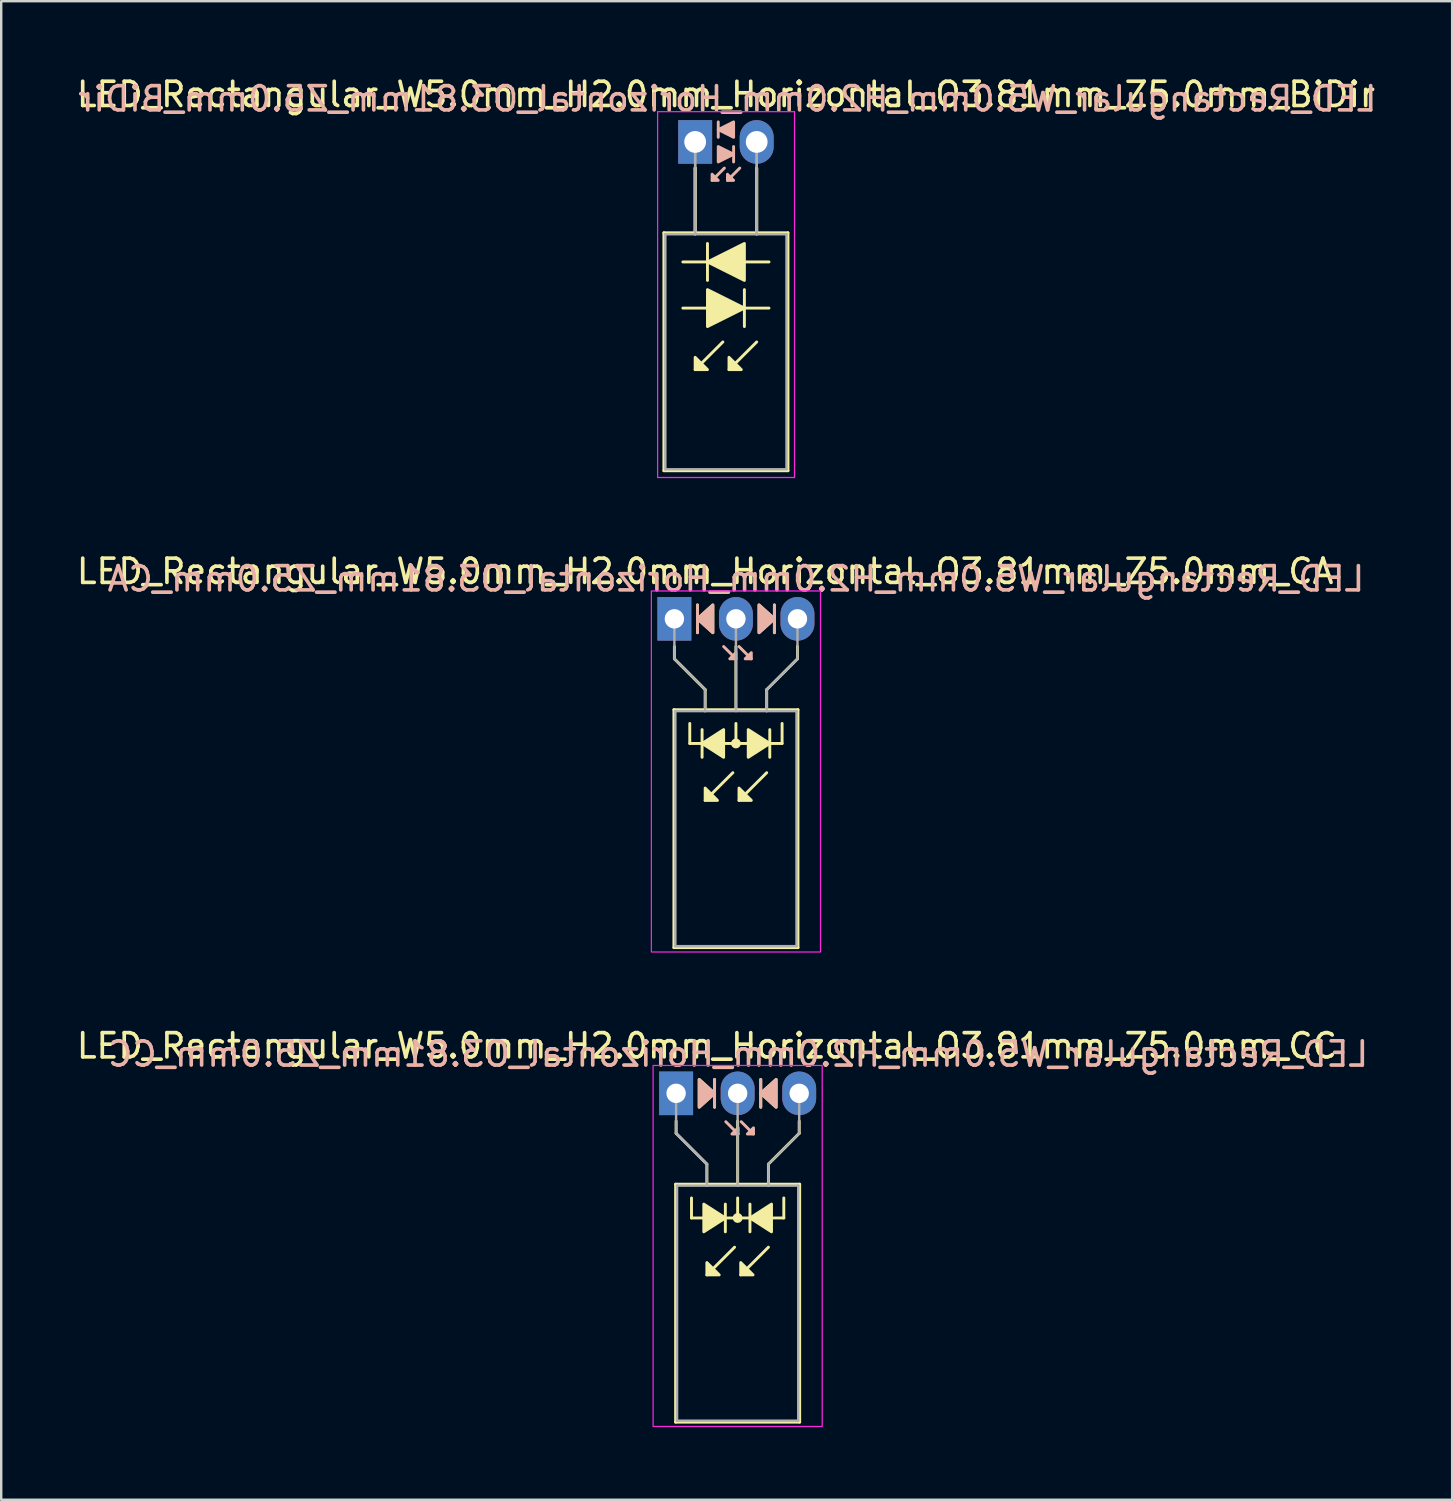
<source format=kicad_pcb>
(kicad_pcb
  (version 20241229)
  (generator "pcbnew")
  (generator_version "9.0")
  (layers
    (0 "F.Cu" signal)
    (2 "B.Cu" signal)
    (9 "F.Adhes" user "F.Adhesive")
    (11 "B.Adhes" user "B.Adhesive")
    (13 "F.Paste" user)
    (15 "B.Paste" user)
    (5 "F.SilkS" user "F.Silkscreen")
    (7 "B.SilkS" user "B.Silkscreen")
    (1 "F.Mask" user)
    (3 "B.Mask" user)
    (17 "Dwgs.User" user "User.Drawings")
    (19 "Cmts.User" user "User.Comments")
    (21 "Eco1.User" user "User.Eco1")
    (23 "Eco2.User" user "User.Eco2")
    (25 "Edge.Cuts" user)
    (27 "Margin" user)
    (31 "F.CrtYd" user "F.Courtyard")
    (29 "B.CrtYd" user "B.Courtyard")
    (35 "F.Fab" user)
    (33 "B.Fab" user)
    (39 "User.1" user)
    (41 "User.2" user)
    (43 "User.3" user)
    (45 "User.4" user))
  (footprint "LED_Rectangular_W5.0mm_H2.0mm_Horizontal_O3.81mm_Z5.0mm_CC"
    (layer "F.Cu")
    (at 24.855 42.075)
    (property "Reference" "LED_Rectangular_W5.0mm_H2.0mm_Horizontal_O3.81mm_Z5.0mm_CC" (at 1.27 -1.96 0) (layer "F.SilkS") (effects (font (size 1 1) (thickness 0.15))))
    (fp_line (start -0.02 3.75) (end -0.02 13.57) (stroke (width 0.12) (type solid)) (layer "F.SilkS"))
    (fp_line (start -0.02 13.57) (end 5.1 13.57) (stroke (width 0.12) (type solid)) (layer "F.SilkS"))
    (fp_line (start 0 1.143) (end 0 1.651) (stroke (width 0.12) (type default)) (layer "F.SilkS"))
    (fp_line (start 0 1.651) (end 1.27 2.921) (stroke (width 0.12) (type default)) (layer "F.SilkS"))
    (fp_line (start 0.635 5.144) (end 0.635 4.318) (stroke (width 0.12) (type default)) (layer "F.SilkS"))
    (fp_line (start 0.635 5.144) (end 4.445 5.144) (stroke (width 0.12) (type default)) (layer "F.SilkS"))
    (fp_line (start 1.27 2.921) (end 1.27 3.75) (stroke (width 0.12) (type default)) (layer "F.SilkS"))
    (fp_line (start 1.27 3.75) (end 1.27 3.75) (stroke (width 0.12) (type solid)) (layer "F.SilkS"))
    (fp_line (start 1.587 0.572) (end 1.587 -0.572) (stroke (width 0.12) (type solid)) (layer "F.SilkS"))
    (fp_line (start 2.032 5.715) (end 2.032 4.572) (stroke (width 0.12) (type solid)) (layer "F.SilkS"))
    (fp_line (start 2.413 6.35) (end 1.27 7.493) (stroke (width 0.12) (type solid)) (layer "F.SilkS"))
    (fp_line (start 2.54 3.75) (end 2.54 1.143) (stroke (width 0.12) (type default)) (layer "F.SilkS"))
    (fp_line (start 2.54 5.144) (end 2.54 4.318) (stroke (width 0.12) (type default)) (layer "F.SilkS"))
    (fp_line (start 3.048 4.572) (end 3.048 5.715) (stroke (width 0.12) (type solid)) (layer "F.SilkS"))
    (fp_line (start 3.493 -0.572) (end 3.493 0.572) (stroke (width 0.12) (type solid)) (layer "F.SilkS"))
    (fp_line (start 3.81 2.921) (end 3.81 3.75) (stroke (width 0.12) (type default)) (layer "F.SilkS"))
    (fp_line (start 3.81 3.75) (end 3.81 3.75) (stroke (width 0.12) (type solid)) (layer "F.SilkS"))
    (fp_line (start 3.81 6.35) (end 2.667 7.493) (stroke (width 0.12) (type solid)) (layer "F.SilkS"))
    (fp_line (start 4.445 5.144) (end 4.445 4.318) (stroke (width 0.12) (type default)) (layer "F.SilkS"))
    (fp_line (start 5.08 1.143) (end 5.08 1.651) (stroke (width 0.12) (type default)) (layer "F.SilkS"))
    (fp_line (start 5.08 1.651) (end 3.81 2.921) (stroke (width 0.12) (type default)) (layer "F.SilkS"))
    (fp_line (start 5.1 3.75) (end -0.02 3.75) (stroke (width 0.12) (type solid)) (layer "F.SilkS"))
    (fp_line (start 5.1 13.57) (end 5.1 3.75) (stroke (width 0.12) (type solid)) (layer "F.SilkS"))
    (fp_circle (center 2.54 5.144) (end 2.682 5.144) (stroke (width 0.12) (type solid)) (fill yes) (layer "F.SilkS"))
    (fp_poly (pts (xy 0.953 -0.572) (xy 1.587 0) (xy 0.953 0.572)) (stroke (width 0.12) (type solid)) (fill yes) (layer "F.SilkS"))
    (fp_poly (pts (xy 1.143 4.572) (xy 2.032 5.144) (xy 1.143 5.715)) (stroke (width 0.12) (type solid)) (fill yes) (layer "F.SilkS"))
    (fp_poly (pts (xy 1.27 6.985) (xy 1.778 7.493) (xy 1.27 7.493)) (stroke (width 0.12) (type solid)) (fill yes) (layer "F.SilkS"))
    (fp_poly (pts (xy 2.667 6.985) (xy 3.175 7.493) (xy 2.667 7.493)) (stroke (width 0.12) (type solid)) (fill yes) (layer "F.SilkS"))
    (fp_poly (pts (xy 3.937 5.715) (xy 3.048 5.144) (xy 3.937 4.572)) (stroke (width 0.12) (type solid)) (fill yes) (layer "F.SilkS"))
    (fp_poly (pts (xy 4.128 0.572) (xy 3.493 0) (xy 4.128 -0.572)) (stroke (width 0.12) (type solid)) (fill yes) (layer "F.SilkS"))
    (fp_line (start 1.587 0.572) (end 1.587 -0.572) (stroke (width 0.12) (type solid)) (layer "B.SilkS"))
    (fp_line (start 2.559 1.679) (end 2.051 1.171) (stroke (width 0.12) (type solid)) (layer "B.SilkS"))
    (fp_line (start 3.194 1.679) (end 2.686 1.171) (stroke (width 0.12) (type solid)) (layer "B.SilkS"))
    (fp_line (start 3.493 -0.572) (end 3.493 0.572) (stroke (width 0.12) (type solid)) (layer "B.SilkS"))
    (fp_poly (pts (xy 0.953 0.572) (xy 1.587 0) (xy 0.953 -0.572)) (stroke (width 0.12) (type solid)) (fill yes) (layer "B.SilkS"))
    (fp_poly (pts (xy 2.559 1.425) (xy 2.305 1.679) (xy 2.559 1.679)) (stroke (width 0.12) (type solid)) (fill yes) (layer "B.SilkS"))
    (fp_poly (pts (xy 3.194 1.425) (xy 2.94 1.679) (xy 3.194 1.679)) (stroke (width 0.12) (type solid)) (fill yes) (layer "B.SilkS"))
    (fp_poly (pts (xy 4.128 0.572) (xy 3.493 0) (xy 4.128 -0.572)) (stroke (width 0.12) (type solid)) (fill yes) (layer "B.SilkS"))
    (fp_rect (start -0.95 -1.15) (end 6.03 13.75) (stroke (width 0.05) (type default)) (fill no) (layer "F.CrtYd"))
    (fp_line (start 0 0) (end 0 0) (stroke (width 0.1) (type solid)) (layer "F.Fab"))
    (fp_line (start 0 1.651) (end 0 0) (stroke (width 0.1) (type default)) (layer "F.Fab"))
    (fp_line (start 0.04 3.81) (end 0.04 13.51) (stroke (width 0.1) (type solid)) (layer "F.Fab"))
    (fp_line (start 0.04 13.51) (end 5.04 13.51) (stroke (width 0.1) (type solid)) (layer "F.Fab"))
    (fp_line (start 1.27 2.921) (end 0 1.651) (stroke (width 0.1) (type default)) (layer "F.Fab"))
    (fp_line (start 1.27 2.921) (end 1.27 3.81) (stroke (width 0.1) (type default)) (layer "F.Fab"))
    (fp_line (start 1.27 3.81) (end 1.27 3.81) (stroke (width 0.1) (type solid)) (layer "F.Fab"))
    (fp_line (start 2.54 0) (end 2.54 0) (stroke (width 0.1) (type solid)) (layer "F.Fab"))
    (fp_line (start 2.54 0) (end 2.54 3.81) (stroke (width 0.1) (type default)) (layer "F.Fab"))
    (fp_line (start 3.81 2.921) (end 3.81 3.81) (stroke (width 0.1) (type default)) (layer "F.Fab"))
    (fp_line (start 3.81 2.921) (end 5.08 1.651) (stroke (width 0.1) (type default)) (layer "F.Fab"))
    (fp_line (start 3.81 3.81) (end 3.81 3.81) (stroke (width 0.1) (type solid)) (layer "F.Fab"))
    (fp_line (start 5.04 3.81) (end 0.04 3.81) (stroke (width 0.1) (type solid)) (layer "F.Fab"))
    (fp_line (start 5.04 13.51) (end 5.04 3.81) (stroke (width 0.1) (type solid)) (layer "F.Fab"))
    (fp_line (start 5.08 1.651) (end 5.08 0) (stroke (width 0.1) (type default)) (layer "F.Fab"))
    (fp_text user "${REFERENCE}" (at 2.559 -1.623 0) (layer "B.SilkS") (effects (font (size 1 1) (thickness 0.15)) (justify mirror)))
    (pad "1" thru_hole rect (at 0 0) (size 1.4 1.8) (drill 0.8) (layers "*.Cu" "*.Mask"))
    (pad "2" thru_hole oval (at 2.54 0) (size 1.4 1.8) (drill 0.8) (layers "*.Cu" "*.Mask"))
    (pad "3" thru_hole oval (at 5.08 0) (size 1.4 1.8) (drill 0.8) (layers "*.Cu" "*.Mask")))
  (footprint "LED_Rectangular_W5.0mm_H2.0mm_Horizontal_O3.81mm_Z5.0mm_BiDir"
    (layer "F.Cu")
    (at 25.641 2.808)
    (property "Reference" "LED_Rectangular_W5.0mm_H2.0mm_Horizontal_O3.81mm_Z5.0mm_BiDir" (at 1.27 -1.96 0) (layer "F.SilkS") (effects (font (size 1 1) (thickness 0.15))))
    (fp_line (start -1.29 3.75) (end -1.29 13.57) (stroke (width 0.12) (type solid)) (layer "F.SilkS"))
    (fp_line (start -1.29 13.57) (end 3.83 13.57) (stroke (width 0.12) (type solid)) (layer "F.SilkS"))
    (fp_line (start -0.508 6.858) (end 0.508 6.858) (stroke (width 0.12) (type solid)) (layer "F.SilkS"))
    (fp_line (start 0 1.08) (end 0 1.08) (stroke (width 0.12) (type solid)) (layer "F.SilkS"))
    (fp_line (start 0 1.08) (end 0 3.75) (stroke (width 0.12) (type solid)) (layer "F.SilkS"))
    (fp_line (start 0 3.75) (end 0 1.08) (stroke (width 0.12) (type solid)) (layer "F.SilkS"))
    (fp_line (start 0 3.75) (end 0 3.75) (stroke (width 0.12) (type solid)) (layer "F.SilkS"))
    (fp_line (start 0.508 4.191) (end 0.508 5.715) (stroke (width 0.12) (type solid)) (layer "F.SilkS"))
    (fp_line (start 0.508 4.953) (end -0.508 4.953) (stroke (width 0.12) (type solid)) (layer "F.SilkS"))
    (fp_line (start 1.143 8.255) (end 0 9.398) (stroke (width 0.12) (type solid)) (layer "F.SilkS"))
    (fp_line (start 2.032 6.858) (end 3.048 6.858) (stroke (width 0.12) (type solid)) (layer "F.SilkS"))
    (fp_line (start 2.032 7.62) (end 2.032 6.096) (stroke (width 0.12) (type solid)) (layer "F.SilkS"))
    (fp_line (start 2.54 1.08) (end 2.54 1.08) (stroke (width 0.12) (type solid)) (layer "F.SilkS"))
    (fp_line (start 2.54 1.08) (end 2.54 3.75) (stroke (width 0.12) (type solid)) (layer "F.SilkS"))
    (fp_line (start 2.54 3.75) (end 2.54 1.08) (stroke (width 0.12) (type solid)) (layer "F.SilkS"))
    (fp_line (start 2.54 3.75) (end 2.54 3.75) (stroke (width 0.12) (type solid)) (layer "F.SilkS"))
    (fp_line (start 2.54 8.255) (end 1.397 9.398) (stroke (width 0.12) (type solid)) (layer "F.SilkS"))
    (fp_line (start 3.048 4.953) (end 2.032 4.953) (stroke (width 0.12) (type solid)) (layer "F.SilkS"))
    (fp_line (start 3.83 3.75) (end -1.29 3.75) (stroke (width 0.12) (type solid)) (layer "F.SilkS"))
    (fp_line (start 3.83 13.57) (end 3.83 3.75) (stroke (width 0.12) (type solid)) (layer "F.SilkS"))
    (fp_poly (pts (xy 0 8.89) (xy 0.508 9.398) (xy 0 9.398)) (stroke (width 0.12) (type solid)) (fill yes) (layer "F.SilkS"))
    (fp_poly (pts (xy 0.508 6.096) (xy 2.032 6.858) (xy 0.508 7.62)) (stroke (width 0.12) (type solid)) (fill yes) (layer "F.SilkS"))
    (fp_poly (pts (xy 1.397 8.89) (xy 1.905 9.398) (xy 1.397 9.398)) (stroke (width 0.12) (type solid)) (fill yes) (layer "F.SilkS"))
    (fp_poly (pts (xy 2.032 5.715) (xy 0.508 4.953) (xy 2.032 4.191)) (stroke (width 0.12) (type solid)) (fill yes) (layer "F.SilkS"))
    (fp_line (start 0.953 -0.826) (end 0.953 -0.191) (stroke (width 0.12) (type solid)) (layer "B.SilkS"))
    (fp_line (start 1.206 1.079) (end 0.699 1.587) (stroke (width 0.12) (type solid)) (layer "B.SilkS"))
    (fp_line (start 1.587 0.826) (end 1.587 0.191) (stroke (width 0.12) (type solid)) (layer "B.SilkS"))
    (fp_line (start 1.841 1.079) (end 1.333 1.587) (stroke (width 0.12) (type solid)) (layer "B.SilkS"))
    (fp_poly (pts (xy 0.699 1.333) (xy 0.953 1.587) (xy 0.699 1.587)) (stroke (width 0.12) (type solid)) (fill yes) (layer "B.SilkS"))
    (fp_poly (pts (xy 0.953 0.191) (xy 1.587 0.508) (xy 0.953 0.826)) (stroke (width 0.12) (type solid)) (fill yes) (layer "B.SilkS"))
    (fp_poly (pts (xy 1.333 1.333) (xy 1.587 1.587) (xy 1.333 1.587)) (stroke (width 0.12) (type solid)) (fill yes) (layer "B.SilkS"))
    (fp_poly (pts (xy 1.587 -0.191) (xy 0.953 -0.508) (xy 1.587 -0.826)) (stroke (width 0.12) (type solid)) (fill yes) (layer "B.SilkS"))
    (fp_line (start -1.55 -1.25) (end -1.55 13.85) (stroke (width 0.05) (type solid)) (layer "F.CrtYd"))
    (fp_line (start -1.55 13.85) (end 4.1 13.85) (stroke (width 0.05) (type solid)) (layer "F.CrtYd"))
    (fp_line (start 4.1 -1.25) (end -1.55 -1.25) (stroke (width 0.05) (type solid)) (layer "F.CrtYd"))
    (fp_line (start 4.1 13.85) (end 4.1 -1.25) (stroke (width 0.05) (type solid)) (layer "F.CrtYd"))
    (fp_line (start -1.23 3.81) (end -1.23 13.51) (stroke (width 0.1) (type solid)) (layer "F.Fab"))
    (fp_line (start -1.23 13.51) (end 3.77 13.51) (stroke (width 0.1) (type solid)) (layer "F.Fab"))
    (fp_line (start 0 0) (end 0 0) (stroke (width 0.1) (type solid)) (layer "F.Fab"))
    (fp_line (start 0 0) (end 0 3.81) (stroke (width 0.1) (type solid)) (layer "F.Fab"))
    (fp_line (start 0 3.81) (end 0 0) (stroke (width 0.1) (type solid)) (layer "F.Fab"))
    (fp_line (start 0 3.81) (end 0 3.81) (stroke (width 0.1) (type solid)) (layer "F.Fab"))
    (fp_line (start 2.54 0) (end 2.54 0) (stroke (width 0.1) (type solid)) (layer "F.Fab"))
    (fp_line (start 2.54 0) (end 2.54 3.81) (stroke (width 0.1) (type solid)) (layer "F.Fab"))
    (fp_line (start 2.54 3.81) (end 2.54 0) (stroke (width 0.1) (type solid)) (layer "F.Fab"))
    (fp_line (start 2.54 3.81) (end 2.54 3.81) (stroke (width 0.1) (type solid)) (layer "F.Fab"))
    (fp_line (start 3.77 3.81) (end -1.23 3.81) (stroke (width 0.1) (type solid)) (layer "F.Fab"))
    (fp_line (start 3.77 13.51) (end 3.77 3.81) (stroke (width 0.1) (type solid)) (layer "F.Fab"))
    (fp_text user "${REFERENCE}" (at 1.333 -1.778 0) (layer "B.SilkS") (effects (font (size 1 1) (thickness 0.15)) (justify mirror)))
    (pad "1" thru_hole rect (at 0 0) (size 1.4 1.8) (drill 0.9) (layers "*.Cu" "*.Mask"))
    (pad "2" thru_hole oval (at 2.54 0) (size 1.4 1.8) (drill 0.9) (layers "*.Cu" "*.Mask")))
  (footprint "LED_Rectangular_W5.0mm_H2.0mm_Horizontal_O3.81mm_Z5.0mm_CA"
    (layer "F.Cu")
    (at 24.784 22.491)
    (property "Reference" "LED_Rectangular_W5.0mm_H2.0mm_Horizontal_O3.81mm_Z5.0mm_CA" (at 1.27 -1.96 0) (layer "F.SilkS") (effects (font (size 1 1) (thickness 0.15))))
    (fp_line (start -0.02 3.75) (end -0.02 13.57) (stroke (width 0.12) (type solid)) (layer "F.SilkS"))
    (fp_line (start -0.02 13.57) (end 5.1 13.57) (stroke (width 0.12) (type solid)) (layer "F.SilkS"))
    (fp_line (start 0 1.143) (end 0 1.651) (stroke (width 0.12) (type default)) (layer "F.SilkS"))
    (fp_line (start 0 1.651) (end 1.27 2.921) (stroke (width 0.12) (type default)) (layer "F.SilkS"))
    (fp_line (start 0.635 5.144) (end 0.635 4.318) (stroke (width 0.12) (type default)) (layer "F.SilkS"))
    (fp_line (start 0.635 5.144) (end 4.445 5.144) (stroke (width 0.12) (type default)) (layer "F.SilkS"))
    (fp_line (start 0.953 -0.572) (end 0.953 0.572) (stroke (width 0.12) (type solid)) (layer "F.SilkS"))
    (fp_line (start 1.143 4.572) (end 1.143 5.715) (stroke (width 0.12) (type solid)) (layer "F.SilkS"))
    (fp_line (start 1.27 2.921) (end 1.27 3.75) (stroke (width 0.12) (type default)) (layer "F.SilkS"))
    (fp_line (start 1.27 3.75) (end 1.27 3.75) (stroke (width 0.12) (type solid)) (layer "F.SilkS"))
    (fp_line (start 2.413 6.35) (end 1.27 7.493) (stroke (width 0.12) (type solid)) (layer "F.SilkS"))
    (fp_line (start 2.54 3.75) (end 2.54 1.143) (stroke (width 0.12) (type default)) (layer "F.SilkS"))
    (fp_line (start 2.54 5.144) (end 2.54 4.318) (stroke (width 0.12) (type default)) (layer "F.SilkS"))
    (fp_line (start 3.81 2.921) (end 3.81 3.75) (stroke (width 0.12) (type default)) (layer "F.SilkS"))
    (fp_line (start 3.81 3.75) (end 3.81 3.75) (stroke (width 0.12) (type solid)) (layer "F.SilkS"))
    (fp_line (start 3.81 6.35) (end 2.667 7.493) (stroke (width 0.12) (type solid)) (layer "F.SilkS"))
    (fp_line (start 3.937 5.715) (end 3.937 4.572) (stroke (width 0.12) (type solid)) (layer "F.SilkS"))
    (fp_line (start 4.128 0.572) (end 4.128 -0.572) (stroke (width 0.12) (type solid)) (layer "F.SilkS"))
    (fp_line (start 4.445 5.144) (end 4.445 4.318) (stroke (width 0.12) (type default)) (layer "F.SilkS"))
    (fp_line (start 5.08 1.143) (end 5.08 1.651) (stroke (width 0.12) (type default)) (layer "F.SilkS"))
    (fp_line (start 5.08 1.651) (end 3.81 2.921) (stroke (width 0.12) (type default)) (layer "F.SilkS"))
    (fp_line (start 5.1 3.75) (end -0.02 3.75) (stroke (width 0.12) (type solid)) (layer "F.SilkS"))
    (fp_line (start 5.1 13.57) (end 5.1 3.75) (stroke (width 0.12) (type solid)) (layer "F.SilkS"))
    (fp_circle (center 2.54 5.144) (end 2.682 5.144) (stroke (width 0.12) (type solid)) (fill yes) (layer "F.SilkS"))
    (fp_poly (pts (xy 1.27 6.985) (xy 1.778 7.493) (xy 1.27 7.493)) (stroke (width 0.12) (type solid)) (fill yes) (layer "F.SilkS"))
    (fp_poly (pts (xy 1.587 0.572) (xy 0.953 0) (xy 1.587 -0.572)) (stroke (width 0.12) (type solid)) (fill yes) (layer "F.SilkS"))
    (fp_poly (pts (xy 2.032 5.715) (xy 1.143 5.144) (xy 2.032 4.572)) (stroke (width 0.12) (type solid)) (fill yes) (layer "F.SilkS"))
    (fp_poly (pts (xy 2.667 6.985) (xy 3.175 7.493) (xy 2.667 7.493)) (stroke (width 0.12) (type solid)) (fill yes) (layer "F.SilkS"))
    (fp_poly (pts (xy 3.048 4.572) (xy 3.937 5.144) (xy 3.048 5.715)) (stroke (width 0.12) (type solid)) (fill yes) (layer "F.SilkS"))
    (fp_poly (pts (xy 3.493 -0.572) (xy 4.128 0) (xy 3.493 0.572)) (stroke (width 0.12) (type solid)) (fill yes) (layer "F.SilkS"))
    (fp_line (start 0.953 -0.572) (end 0.953 0.572) (stroke (width 0.12) (type solid)) (layer "B.SilkS"))
    (fp_line (start 2.54 1.651) (end 2.032 1.143) (stroke (width 0.12) (type solid)) (layer "B.SilkS"))
    (fp_line (start 3.175 1.651) (end 2.667 1.143) (stroke (width 0.12) (type solid)) (layer "B.SilkS"))
    (fp_line (start 4.128 0.572) (end 4.128 -0.572) (stroke (width 0.12) (type solid)) (layer "B.SilkS"))
    (fp_poly (pts (xy 1.587 0.572) (xy 0.953 0) (xy 1.587 -0.572)) (stroke (width 0.12) (type solid)) (fill yes) (layer "B.SilkS"))
    (fp_poly (pts (xy 2.54 1.397) (xy 2.286 1.651) (xy 2.54 1.651)) (stroke (width 0.12) (type solid)) (fill yes) (layer "B.SilkS"))
    (fp_poly (pts (xy 3.175 1.397) (xy 2.921 1.651) (xy 3.175 1.651)) (stroke (width 0.12) (type solid)) (fill yes) (layer "B.SilkS"))
    (fp_poly (pts (xy 3.493 0.572) (xy 4.128 0) (xy 3.493 -0.572)) (stroke (width 0.12) (type solid)) (fill yes) (layer "B.SilkS"))
    (fp_rect (start -0.95 -1.15) (end 6.03 13.75) (stroke (width 0.05) (type default)) (fill no) (layer "F.CrtYd"))
    (fp_line (start 0 0) (end 0 0) (stroke (width 0.1) (type solid)) (layer "F.Fab"))
    (fp_line (start 0 1.651) (end 0 0) (stroke (width 0.1) (type default)) (layer "F.Fab"))
    (fp_line (start 0.04 3.81) (end 0.04 13.51) (stroke (width 0.1) (type solid)) (layer "F.Fab"))
    (fp_line (start 0.04 13.51) (end 5.04 13.51) (stroke (width 0.1) (type solid)) (layer "F.Fab"))
    (fp_line (start 1.27 2.921) (end 0 1.651) (stroke (width 0.1) (type default)) (layer "F.Fab"))
    (fp_line (start 1.27 2.921) (end 1.27 3.81) (stroke (width 0.1) (type default)) (layer "F.Fab"))
    (fp_line (start 1.27 3.81) (end 1.27 3.81) (stroke (width 0.1) (type solid)) (layer "F.Fab"))
    (fp_line (start 2.54 0) (end 2.54 0) (stroke (width 0.1) (type solid)) (layer "F.Fab"))
    (fp_line (start 2.54 0) (end 2.54 3.81) (stroke (width 0.1) (type default)) (layer "F.Fab"))
    (fp_line (start 3.81 2.921) (end 3.81 3.81) (stroke (width 0.1) (type default)) (layer "F.Fab"))
    (fp_line (start 3.81 2.921) (end 5.08 1.651) (stroke (width 0.1) (type default)) (layer "F.Fab"))
    (fp_line (start 3.81 3.81) (end 3.81 3.81) (stroke (width 0.1) (type solid)) (layer "F.Fab"))
    (fp_line (start 5.04 3.81) (end 0.04 3.81) (stroke (width 0.1) (type solid)) (layer "F.Fab"))
    (fp_line (start 5.04 13.51) (end 5.04 3.81) (stroke (width 0.1) (type solid)) (layer "F.Fab"))
    (fp_line (start 5.08 1.651) (end 5.08 0) (stroke (width 0.1) (type default)) (layer "F.Fab"))
    (fp_text user "${REFERENCE}" (at 2.54 -1.651 0) (layer "B.SilkS") (effects (font (size 1 1) (thickness 0.15)) (justify mirror)))
    (pad "1" thru_hole rect (at 0 0) (size 1.4 1.8) (drill 0.8) (layers "*.Cu" "*.Mask"))
    (pad "2" thru_hole oval (at 2.54 0) (size 1.4 1.8) (drill 0.8) (layers "*.Cu" "*.Mask"))
    (pad "3" thru_hole oval (at 5.08 0) (size 1.4 1.8) (drill 0.8) (layers "*.Cu" "*.Mask")))
  (gr_rect
    (start -3 -3)
    (end 56.885 58.85)
    (stroke (width 0.1) (type default))
    (fill no)
    (layer "Edge.Cuts")))
</source>
